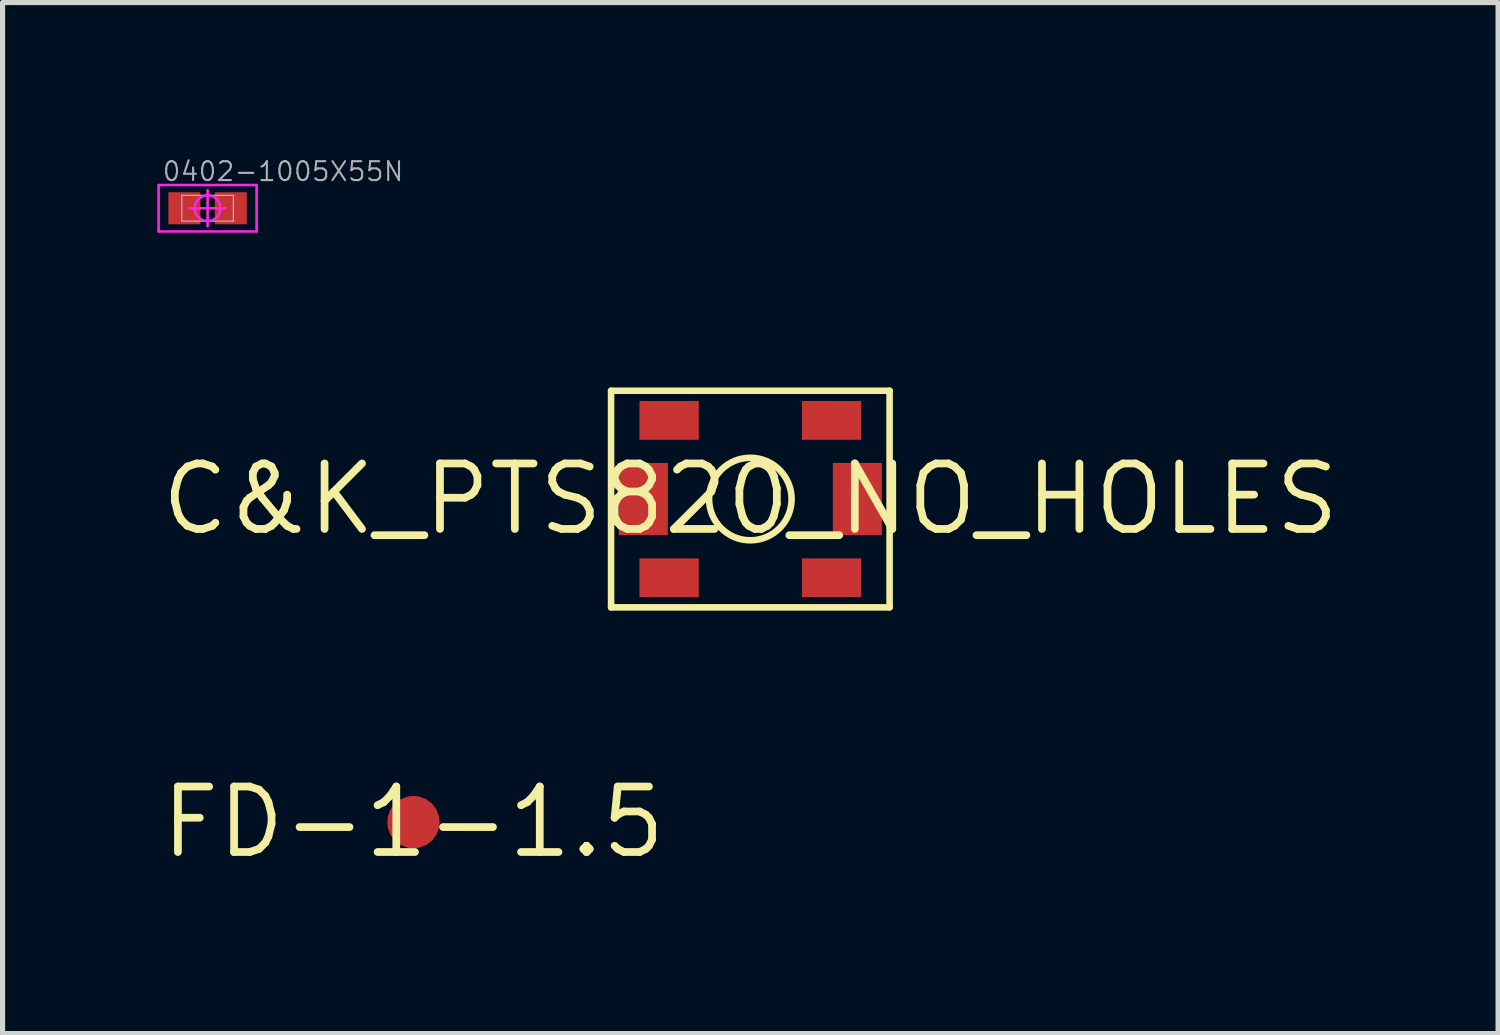
<source format=kicad_pcb>
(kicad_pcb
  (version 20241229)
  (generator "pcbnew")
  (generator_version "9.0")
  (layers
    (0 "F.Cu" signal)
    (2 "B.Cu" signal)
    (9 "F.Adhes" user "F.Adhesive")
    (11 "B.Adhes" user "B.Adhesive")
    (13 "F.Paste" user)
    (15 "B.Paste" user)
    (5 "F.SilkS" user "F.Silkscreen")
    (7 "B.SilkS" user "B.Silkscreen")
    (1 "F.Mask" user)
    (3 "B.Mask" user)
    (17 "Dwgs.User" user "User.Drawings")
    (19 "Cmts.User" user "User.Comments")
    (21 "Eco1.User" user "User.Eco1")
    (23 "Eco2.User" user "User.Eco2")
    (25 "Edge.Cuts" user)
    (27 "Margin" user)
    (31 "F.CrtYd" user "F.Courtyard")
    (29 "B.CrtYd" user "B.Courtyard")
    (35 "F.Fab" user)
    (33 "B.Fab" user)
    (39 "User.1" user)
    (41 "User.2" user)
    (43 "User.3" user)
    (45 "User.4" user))
  (footprint "C&K_PTS820_NO_HOLES"
    (layer "F.Cu")
    (at 11.498 6.626)
    (property "Reference" "C&K_PTS820_NO_HOLES" (at 0 0 0) (layer "F.SilkS") (effects (font (size 1.27 1.27) (thickness 0.15))))
    (fp_line (start -2.7 -2.1) (end -2.7 2.1) (stroke (width 0.127) (type solid)) (layer "F.SilkS"))
    (fp_line (start -2.7 2.1) (end 2.7 2.1) (stroke (width 0.127) (type solid)) (layer "F.SilkS"))
    (fp_line (start 2.7 -2.1) (end -2.7 -2.1) (stroke (width 0.127) (type solid)) (layer "F.SilkS"))
    (fp_line (start 2.7 2.1) (end 2.7 -2.1) (stroke (width 0.127) (type solid)) (layer "F.SilkS"))
    (fp_circle (center 0 0) (end 0.8 0) (stroke (width 0.127) (type solid)) (fill no) (layer "F.SilkS"))
    (pad "1" smd rect (at -1.575 -1.525 180) (size 1.15 0.75) (layers "F.Cu" "F.Mask" "F.Paste"))
    (pad "2" smd rect (at -1.575 1.525 180) (size 1.15 0.75) (layers "F.Cu" "F.Mask" "F.Paste"))
    (pad "3" smd rect (at 1.575 -1.525 180) (size 1.15 0.75) (layers "F.Cu" "F.Mask" "F.Paste"))
    (pad "4" smd rect (at 1.575 1.525 180) (size 1.15 0.75) (layers "F.Cu" "F.Mask" "F.Paste"))
    (pad "5" smd rect (at -2.075 0 90) (size 1.4 0.95) (layers "F.Cu" "F.Mask" "F.Paste"))
    (pad "6" smd rect (at 2.075 0 90) (size 1.4 0.95) (layers "F.Cu" "F.Mask" "F.Paste")))
  (footprint "0402-1005X55N"
    (layer "F.Cu")
    (at 0.975 0.988)
    (property "Reference" "0402-1005X55N" (at -0.9 -0.5 0) (layer "F.Fab") (effects (font (size 0.366 0.366) (thickness 0.041)) (justify left bottom)))
    (fp_line (start -0.95 -0.45) (end 0.95 -0.45) (stroke (width 0.05) (type solid)) (layer "F.CrtYd"))
    (fp_line (start -0.95 0.45) (end -0.95 -0.45) (stroke (width 0.05) (type solid)) (layer "F.CrtYd"))
    (fp_line (start -0.35 0) (end 0.35 0) (stroke (width 0.05) (type solid)) (layer "F.CrtYd"))
    (fp_line (start 0 0.35) (end 0 -0.35) (stroke (width 0.05) (type solid)) (layer "F.CrtYd"))
    (fp_line (start 0.95 -0.45) (end 0.95 0.45) (stroke (width 0.05) (type solid)) (layer "F.CrtYd"))
    (fp_line (start 0.95 0.45) (end -0.95 0.45) (stroke (width 0.05) (type solid)) (layer "F.CrtYd"))
    (fp_circle (center 0 0) (end 0.25 0) (stroke (width 0.05) (type solid)) (fill no) (layer "F.CrtYd"))
    (fp_line (start -0.5 -0.25) (end -0.5 0.25) (stroke (width 0.025) (type solid)) (layer "F.Fab"))
    (fp_line (start -0.5 0.25) (end 0.5 0.25) (stroke (width 0.025) (type solid)) (layer "F.Fab"))
    (fp_line (start 0.5 -0.25) (end -0.5 -0.25) (stroke (width 0.025) (type solid)) (layer "F.Fab"))
    (fp_line (start 0.5 0.25) (end 0.5 -0.25) (stroke (width 0.025) (type solid)) (layer "F.Fab"))
    (pad "1" smd roundrect (at -0.45 0) (size 0.62 0.62) (layers "F.Cu" "F.Mask" "F.Paste") (roundrect_rratio 0.015))
    (pad "2" smd roundrect (at 0.45 0) (size 0.62 0.62) (layers "F.Cu" "F.Mask" "F.Paste") (roundrect_rratio 0.015)))
  (footprint "FD-1-1.5"
    (layer "F.Cu")
    (at 4.966 12.89)
    (property "Reference" "FD-1-1.5" (at 0 0 0) (layer "F.SilkS") (effects (font (size 1.27 1.27) (thickness 0.15))))
    (fp_circle (center 0 0) (end 0.5 0) (stroke (width 1.2) (type solid)) (fill no) (layer "F.Mask"))
    (pad "P$1" smd roundrect (at 0 0) (size 1.016 1.016) (layers "F.Cu" "F.Mask") (roundrect_rratio 0.5))
    (zone (net_name "") (layer "F.Cu") (hatch edge 0.5) (connect_pads) (min_thickness 0.25) (filled_areas_thickness no) (keepout (tracks not_allowed) (vias not_allowed) (pads not_allowed) (copperpour not_allowed) (footprints allowed)) (placement (enabled no)) (fill) (polygon (pts (xy 6.03 12.89) (xy 6.009 12.682) (xy 5.949 12.483) (xy 5.851 12.299) (xy 5.718 12.138) (xy 5.557 12.005) (xy 5.373 11.907) (xy 5.174 11.847) (xy 4.966 11.826) (xy 4.759 11.847) (xy 4.559 11.907) (xy 4.375 12.005) (xy 4.214 12.138) (xy 4.082 12.299) (xy 3.984 12.483) (xy 3.923 12.682) (xy 3.903 12.89) (xy 3.923 13.097) (xy 3.984 13.297) (xy 4.082 13.481) (xy 4.214 13.642) (xy 4.375 13.774) (xy 4.559 13.872) (xy 4.759 13.933) (xy 4.966 13.953) (xy 5.174 13.933) (xy 5.373 13.872) (xy 5.557 13.774) (xy 5.718 13.642) (xy 5.851 13.481) (xy 5.949 13.297) (xy 6.009 13.097))) (polygon (pts (xy 5.903 12.89) (xy 5.882 12.695) (xy 5.822 12.509) (xy 5.724 12.339) (xy 5.593 12.194) (xy 5.435 12.079) (xy 5.256 11.999) (xy 5.064 11.958) (xy 4.868 11.958) (xy 4.677 11.999) (xy 4.498 12.079) (xy 4.34 12.194) (xy 4.209 12.339) (xy 4.111 12.509) (xy 4.05 12.695) (xy 4.03 12.89) (xy 4.05 13.084) (xy 4.111 13.271) (xy 4.209 13.44) (xy 4.34 13.586) (xy 4.498 13.701) (xy 4.677 13.78) (xy 4.868 13.821) (xy 5.064 13.821) (xy 5.256 13.78) (xy 5.435 13.701) (xy 5.593 13.586) (xy 5.724 13.44) (xy 5.822 13.271) (xy 5.882 13.084)))))
  (gr_rect
    (start -3 -3)
    (end 25.996 16.99)
    (stroke (width 0.1) (type default))
    (fill no)
    (layer "Edge.Cuts")))
</source>
